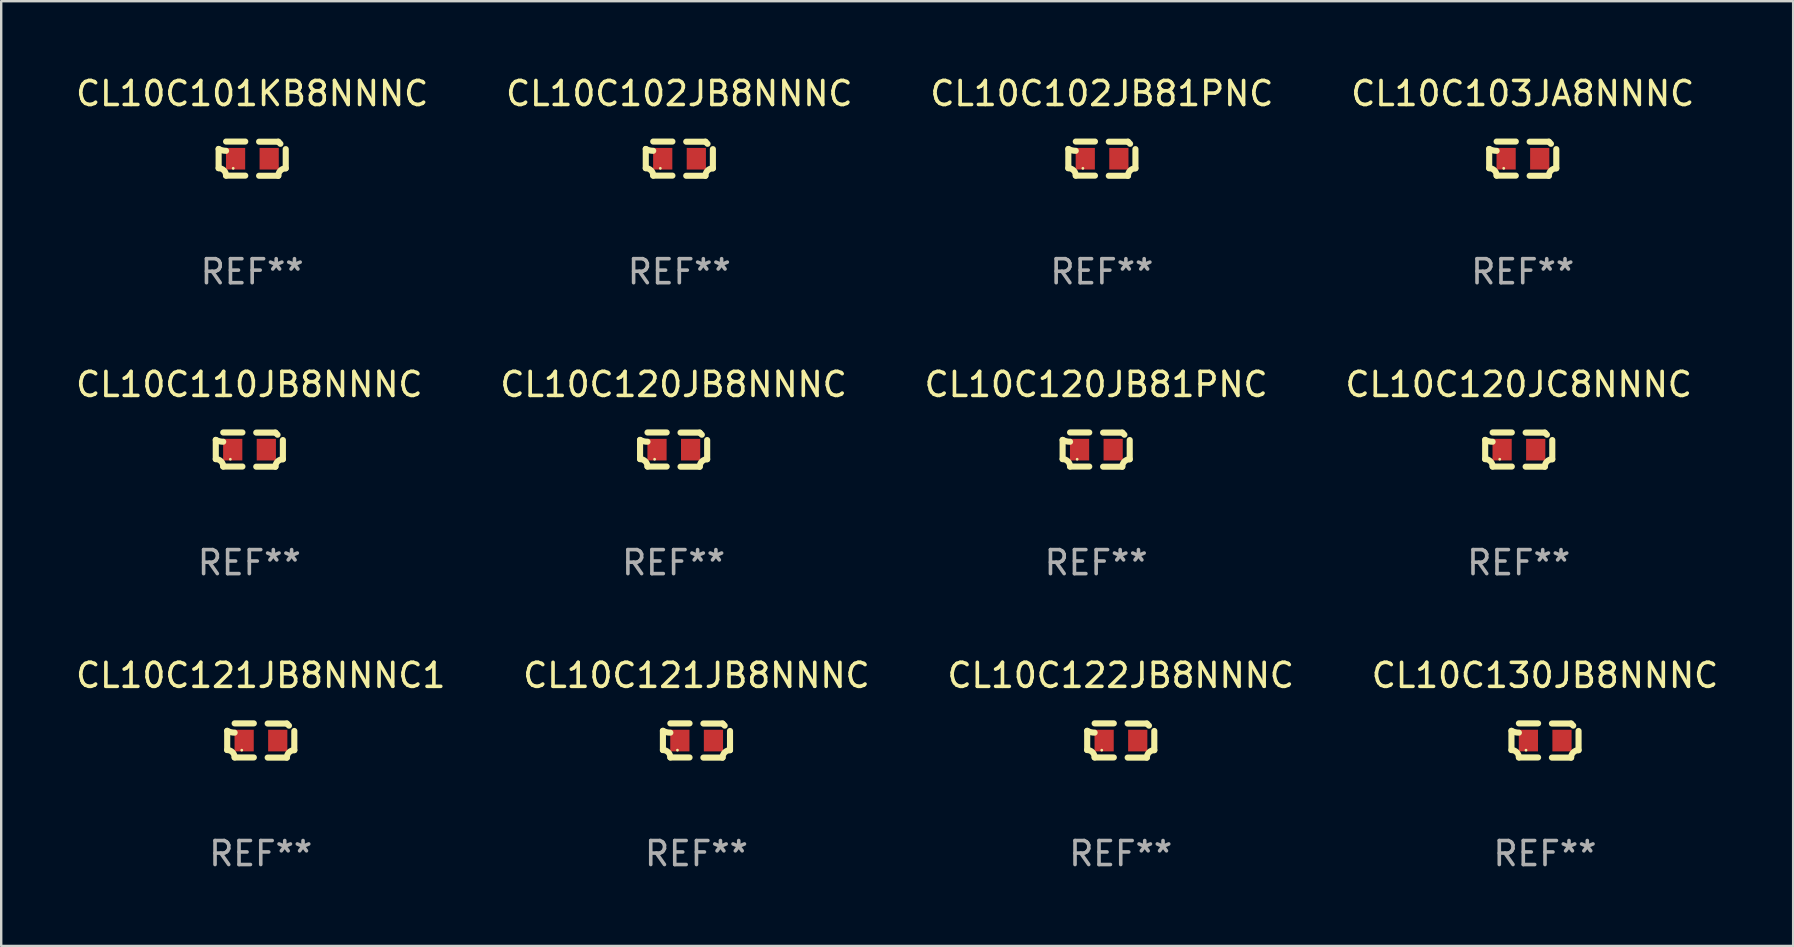
<source format=kicad_pcb>
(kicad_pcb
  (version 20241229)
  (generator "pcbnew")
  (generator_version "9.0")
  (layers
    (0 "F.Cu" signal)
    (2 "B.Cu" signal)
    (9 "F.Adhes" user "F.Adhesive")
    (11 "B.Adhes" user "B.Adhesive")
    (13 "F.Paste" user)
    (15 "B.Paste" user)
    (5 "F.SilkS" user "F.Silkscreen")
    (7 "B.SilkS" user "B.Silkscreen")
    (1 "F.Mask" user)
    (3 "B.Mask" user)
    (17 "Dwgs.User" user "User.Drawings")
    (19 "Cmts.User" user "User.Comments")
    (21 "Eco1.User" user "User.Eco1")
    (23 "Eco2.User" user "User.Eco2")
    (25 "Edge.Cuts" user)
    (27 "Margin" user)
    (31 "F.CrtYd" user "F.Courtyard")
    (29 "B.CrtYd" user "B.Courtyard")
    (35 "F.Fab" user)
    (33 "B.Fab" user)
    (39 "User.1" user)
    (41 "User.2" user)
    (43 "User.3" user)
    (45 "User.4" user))
  (footprint "CL10C120JC8NNNC"
    (layer "F.Cu")
    (at 60.232 15.683)
    (property "Reference" "CL10C120JC8NNNC" (at 0 -2.713 0) (layer "F.SilkS") (effects (font (size 1 1) (thickness 0.15))))
    (attr through_hole)
    (fp_line (start -1.398 -0.403) (end -1.398 0.397) (stroke (width 0.254) (type solid)) (layer "F.SilkS"))
    (fp_line (start -0.288 -0.713) (end -1.088 -0.713) (stroke (width 0.254) (type solid)) (layer "F.SilkS"))
    (fp_line (start -0.288 0.707) (end -1.088 0.707) (stroke (width 0.254) (type solid)) (layer "F.SilkS"))
    (fp_line (start 0.288 -0.707) (end 1.088 -0.707) (stroke (width 0.254) (type solid)) (layer "F.SilkS"))
    (fp_line (start 0.288 0.713) (end 1.088 0.713) (stroke (width 0.254) (type solid)) (layer "F.SilkS"))
    (fp_line (start 1.398 -0.397) (end 1.398 0.403) (stroke (width 0.254) (type solid)) (layer "F.SilkS"))
    (fp_arc (start -1.397789 0.397066) (mid -1.178701 0.487826) (end -1.08796 0.706922) (stroke (width 0.254001) (type solid)) (layer "F.SilkS"))
    (fp_arc (start -1.08796 -0.327176) (mid -1.247436 -0.346384) (end -1.39779 -0.402908) (stroke (width 0.254001) (type solid)) (layer "F.SilkS"))
    (fp_arc (start 1.087909 0.712738) (mid 1.178656 0.493655) (end 1.397739 0.402908) (stroke (width 0.254001) (type solid)) (layer "F.SilkS"))
    (fp_arc (start 1.175925 -0.618926) (mid 1.131917 -0.662923) (end 1.08791 -0.706922) (stroke (width 0.254001) (type solid)) (layer "F.SilkS"))
    (fp_circle (center -0.792 0.403) (end -0.762 0.403) (stroke (width 0.06) (type solid)) (fill no) (layer "F.SilkS"))
    (fp_text user "REF**" (at 0 4.713 0) (layer "F.Fab") (effects (font (size 1 1) (thickness 0.15))))
    (pad "1" smd rect (at -0.692 0.003) (size 0.8 0.9) (layers "F.Cu" "F.Mask" "F.Paste"))
    (pad "2" smd rect (at 0.708 0.003) (size 0.8 0.9) (layers "F.Cu" "F.Mask" "F.Paste")))
  (footprint "CL10C103JA8NNNC"
    (layer "F.Cu")
    (at 60.399 3.561)
    (property "Reference" "CL10C103JA8NNNC" (at 0 -2.713 0) (layer "F.SilkS") (effects (font (size 1 1) (thickness 0.15))))
    (attr through_hole)
    (fp_line (start -1.398 -0.403) (end -1.398 0.397) (stroke (width 0.254) (type solid)) (layer "F.SilkS"))
    (fp_line (start -0.288 -0.713) (end -1.088 -0.713) (stroke (width 0.254) (type solid)) (layer "F.SilkS"))
    (fp_line (start -0.288 0.707) (end -1.088 0.707) (stroke (width 0.254) (type solid)) (layer "F.SilkS"))
    (fp_line (start 0.288 -0.707) (end 1.088 -0.707) (stroke (width 0.254) (type solid)) (layer "F.SilkS"))
    (fp_line (start 0.288 0.713) (end 1.088 0.713) (stroke (width 0.254) (type solid)) (layer "F.SilkS"))
    (fp_line (start 1.398 -0.397) (end 1.398 0.403) (stroke (width 0.254) (type solid)) (layer "F.SilkS"))
    (fp_arc (start -1.397789 0.397066) (mid -1.178701 0.487826) (end -1.08796 0.706922) (stroke (width 0.254001) (type solid)) (layer "F.SilkS"))
    (fp_arc (start -1.08796 -0.327176) (mid -1.247436 -0.346384) (end -1.39779 -0.402908) (stroke (width 0.254001) (type solid)) (layer "F.SilkS"))
    (fp_arc (start 1.087909 0.712738) (mid 1.178656 0.493655) (end 1.397739 0.402908) (stroke (width 0.254001) (type solid)) (layer "F.SilkS"))
    (fp_arc (start 1.175925 -0.618926) (mid 1.131917 -0.662923) (end 1.08791 -0.706922) (stroke (width 0.254001) (type solid)) (layer "F.SilkS"))
    (fp_circle (center -0.792 0.403) (end -0.762 0.403) (stroke (width 0.06) (type solid)) (fill no) (layer "F.SilkS"))
    (fp_text user "REF**" (at 0 4.713 0) (layer "F.Fab") (effects (font (size 1 1) (thickness 0.15))))
    (pad "1" smd rect (at -0.692 0.003) (size 0.8 0.9) (layers "F.Cu" "F.Mask" "F.Paste"))
    (pad "2" smd rect (at 0.708 0.003) (size 0.8 0.9) (layers "F.Cu" "F.Mask" "F.Paste")))
  (footprint "CL10C101KB8NNNC"
    (layer "F.Cu")
    (at 7.458 3.561)
    (property "Reference" "CL10C101KB8NNNC" (at 0 -2.713 0) (layer "F.SilkS") (effects (font (size 1 1) (thickness 0.15))))
    (attr through_hole)
    (fp_line (start -1.398 -0.403) (end -1.398 0.397) (stroke (width 0.254) (type solid)) (layer "F.SilkS"))
    (fp_line (start -0.288 -0.713) (end -1.088 -0.713) (stroke (width 0.254) (type solid)) (layer "F.SilkS"))
    (fp_line (start -0.288 0.707) (end -1.088 0.707) (stroke (width 0.254) (type solid)) (layer "F.SilkS"))
    (fp_line (start 0.288 -0.707) (end 1.088 -0.707) (stroke (width 0.254) (type solid)) (layer "F.SilkS"))
    (fp_line (start 0.288 0.713) (end 1.088 0.713) (stroke (width 0.254) (type solid)) (layer "F.SilkS"))
    (fp_line (start 1.398 -0.397) (end 1.398 0.403) (stroke (width 0.254) (type solid)) (layer "F.SilkS"))
    (fp_arc (start -1.397789 0.397066) (mid -1.178701 0.487826) (end -1.08796 0.706922) (stroke (width 0.254001) (type solid)) (layer "F.SilkS"))
    (fp_arc (start -1.08796 -0.327176) (mid -1.247436 -0.346384) (end -1.39779 -0.402908) (stroke (width 0.254001) (type solid)) (layer "F.SilkS"))
    (fp_arc (start 1.087909 0.712738) (mid 1.178656 0.493655) (end 1.397739 0.402908) (stroke (width 0.254001) (type solid)) (layer "F.SilkS"))
    (fp_arc (start 1.175925 -0.618926) (mid 1.131917 -0.662923) (end 1.08791 -0.706922) (stroke (width 0.254001) (type solid)) (layer "F.SilkS"))
    (fp_circle (center -0.792 0.403) (end -0.762 0.403) (stroke (width 0.06) (type solid)) (fill no) (layer "F.SilkS"))
    (fp_text user "REF**" (at 0 4.713 0) (layer "F.Fab") (effects (font (size 1 1) (thickness 0.15))))
    (pad "1" smd rect (at -0.692 0.003) (size 0.8 0.9) (layers "F.Cu" "F.Mask" "F.Paste"))
    (pad "2" smd rect (at 0.708 0.003) (size 0.8 0.9) (layers "F.Cu" "F.Mask" "F.Paste")))
  (footprint "CL10C121JB8NNNC"
    (layer "F.Cu")
    (at 25.97 27.805)
    (property "Reference" "CL10C121JB8NNNC" (at 0 -2.713 0) (layer "F.SilkS") (effects (font (size 1 1) (thickness 0.15))))
    (attr through_hole)
    (fp_line (start -1.398 -0.403) (end -1.398 0.397) (stroke (width 0.254) (type solid)) (layer "F.SilkS"))
    (fp_line (start -0.288 -0.713) (end -1.088 -0.713) (stroke (width 0.254) (type solid)) (layer "F.SilkS"))
    (fp_line (start -0.288 0.707) (end -1.088 0.707) (stroke (width 0.254) (type solid)) (layer "F.SilkS"))
    (fp_line (start 0.288 -0.707) (end 1.088 -0.707) (stroke (width 0.254) (type solid)) (layer "F.SilkS"))
    (fp_line (start 0.288 0.713) (end 1.088 0.713) (stroke (width 0.254) (type solid)) (layer "F.SilkS"))
    (fp_line (start 1.398 -0.397) (end 1.398 0.403) (stroke (width 0.254) (type solid)) (layer "F.SilkS"))
    (fp_arc (start -1.397789 0.397066) (mid -1.178701 0.487826) (end -1.08796 0.706922) (stroke (width 0.254001) (type solid)) (layer "F.SilkS"))
    (fp_arc (start -1.08796 -0.327176) (mid -1.247436 -0.346384) (end -1.39779 -0.402908) (stroke (width 0.254001) (type solid)) (layer "F.SilkS"))
    (fp_arc (start 1.087909 0.712738) (mid 1.178656 0.493655) (end 1.397739 0.402908) (stroke (width 0.254001) (type solid)) (layer "F.SilkS"))
    (fp_arc (start 1.175925 -0.618926) (mid 1.131917 -0.662923) (end 1.08791 -0.706922) (stroke (width 0.254001) (type solid)) (layer "F.SilkS"))
    (fp_circle (center -0.792 0.403) (end -0.762 0.403) (stroke (width 0.06) (type solid)) (fill no) (layer "F.SilkS"))
    (fp_text user "REF**" (at 0 4.713 0) (layer "F.Fab") (effects (font (size 1 1) (thickness 0.15))))
    (pad "1" smd rect (at -0.692 0.003) (size 0.8 0.9) (layers "F.Cu" "F.Mask" "F.Paste"))
    (pad "2" smd rect (at 0.708 0.003) (size 0.8 0.9) (layers "F.Cu" "F.Mask" "F.Paste")))
  (footprint "CL10C102JB8NNNC"
    (layer "F.Cu")
    (at 25.256 3.561)
    (property "Reference" "CL10C102JB8NNNC" (at 0 -2.713 0) (layer "F.SilkS") (effects (font (size 1 1) (thickness 0.15))))
    (attr through_hole)
    (fp_line (start -1.398 -0.403) (end -1.398 0.397) (stroke (width 0.254) (type solid)) (layer "F.SilkS"))
    (fp_line (start -0.288 -0.713) (end -1.088 -0.713) (stroke (width 0.254) (type solid)) (layer "F.SilkS"))
    (fp_line (start -0.288 0.707) (end -1.088 0.707) (stroke (width 0.254) (type solid)) (layer "F.SilkS"))
    (fp_line (start 0.288 -0.707) (end 1.088 -0.707) (stroke (width 0.254) (type solid)) (layer "F.SilkS"))
    (fp_line (start 0.288 0.713) (end 1.088 0.713) (stroke (width 0.254) (type solid)) (layer "F.SilkS"))
    (fp_line (start 1.398 -0.397) (end 1.398 0.403) (stroke (width 0.254) (type solid)) (layer "F.SilkS"))
    (fp_arc (start -1.397789 0.397066) (mid -1.178701 0.487826) (end -1.08796 0.706922) (stroke (width 0.254001) (type solid)) (layer "F.SilkS"))
    (fp_arc (start -1.08796 -0.327176) (mid -1.247436 -0.346384) (end -1.39779 -0.402908) (stroke (width 0.254001) (type solid)) (layer "F.SilkS"))
    (fp_arc (start 1.087909 0.712738) (mid 1.178656 0.493655) (end 1.397739 0.402908) (stroke (width 0.254001) (type solid)) (layer "F.SilkS"))
    (fp_arc (start 1.175925 -0.618926) (mid 1.131917 -0.662923) (end 1.08791 -0.706922) (stroke (width 0.254001) (type solid)) (layer "F.SilkS"))
    (fp_circle (center -0.792 0.403) (end -0.762 0.403) (stroke (width 0.06) (type solid)) (fill no) (layer "F.SilkS"))
    (fp_text user "REF**" (at 0 4.713 0) (layer "F.Fab") (effects (font (size 1 1) (thickness 0.15))))
    (pad "1" smd rect (at -0.692 0.003) (size 0.8 0.9) (layers "F.Cu" "F.Mask" "F.Paste"))
    (pad "2" smd rect (at 0.708 0.003) (size 0.8 0.9) (layers "F.Cu" "F.Mask" "F.Paste")))
  (footprint "CL10C110JB8NNNC"
    (layer "F.Cu")
    (at 7.339 15.683)
    (property "Reference" "CL10C110JB8NNNC" (at 0 -2.713 0) (layer "F.SilkS") (effects (font (size 1 1) (thickness 0.15))))
    (attr through_hole)
    (fp_line (start -1.398 -0.403) (end -1.398 0.397) (stroke (width 0.254) (type solid)) (layer "F.SilkS"))
    (fp_line (start -0.288 -0.713) (end -1.088 -0.713) (stroke (width 0.254) (type solid)) (layer "F.SilkS"))
    (fp_line (start -0.288 0.707) (end -1.088 0.707) (stroke (width 0.254) (type solid)) (layer "F.SilkS"))
    (fp_line (start 0.288 -0.707) (end 1.088 -0.707) (stroke (width 0.254) (type solid)) (layer "F.SilkS"))
    (fp_line (start 0.288 0.713) (end 1.088 0.713) (stroke (width 0.254) (type solid)) (layer "F.SilkS"))
    (fp_line (start 1.398 -0.397) (end 1.398 0.403) (stroke (width 0.254) (type solid)) (layer "F.SilkS"))
    (fp_arc (start -1.397789 0.397066) (mid -1.178701 0.487826) (end -1.08796 0.706922) (stroke (width 0.254001) (type solid)) (layer "F.SilkS"))
    (fp_arc (start -1.08796 -0.327176) (mid -1.247436 -0.346384) (end -1.39779 -0.402908) (stroke (width 0.254001) (type solid)) (layer "F.SilkS"))
    (fp_arc (start 1.087909 0.712738) (mid 1.178656 0.493655) (end 1.397739 0.402908) (stroke (width 0.254001) (type solid)) (layer "F.SilkS"))
    (fp_arc (start 1.175925 -0.618926) (mid 1.131917 -0.662923) (end 1.08791 -0.706922) (stroke (width 0.254001) (type solid)) (layer "F.SilkS"))
    (fp_circle (center -0.792 0.403) (end -0.762 0.403) (stroke (width 0.06) (type solid)) (fill no) (layer "F.SilkS"))
    (fp_text user "REF**" (at 0 4.713 0) (layer "F.Fab") (effects (font (size 1 1) (thickness 0.15))))
    (pad "1" smd rect (at -0.692 0.003) (size 0.8 0.9) (layers "F.Cu" "F.Mask" "F.Paste"))
    (pad "2" smd rect (at 0.708 0.003) (size 0.8 0.9) (layers "F.Cu" "F.Mask" "F.Paste")))
  (footprint "CL10C120JB81PNC"
    (layer "F.Cu")
    (at 42.625 15.683)
    (property "Reference" "CL10C120JB81PNC" (at 0 -2.713 0) (layer "F.SilkS") (effects (font (size 1 1) (thickness 0.15))))
    (attr through_hole)
    (fp_line (start -1.398 -0.403) (end -1.398 0.397) (stroke (width 0.254) (type solid)) (layer "F.SilkS"))
    (fp_line (start -0.288 -0.713) (end -1.088 -0.713) (stroke (width 0.254) (type solid)) (layer "F.SilkS"))
    (fp_line (start -0.288 0.707) (end -1.088 0.707) (stroke (width 0.254) (type solid)) (layer "F.SilkS"))
    (fp_line (start 0.288 -0.707) (end 1.088 -0.707) (stroke (width 0.254) (type solid)) (layer "F.SilkS"))
    (fp_line (start 0.288 0.713) (end 1.088 0.713) (stroke (width 0.254) (type solid)) (layer "F.SilkS"))
    (fp_line (start 1.398 -0.397) (end 1.398 0.403) (stroke (width 0.254) (type solid)) (layer "F.SilkS"))
    (fp_arc (start -1.397789 0.397066) (mid -1.178701 0.487826) (end -1.08796 0.706922) (stroke (width 0.254001) (type solid)) (layer "F.SilkS"))
    (fp_arc (start -1.08796 -0.327176) (mid -1.247436 -0.346384) (end -1.39779 -0.402908) (stroke (width 0.254001) (type solid)) (layer "F.SilkS"))
    (fp_arc (start 1.087909 0.712738) (mid 1.178656 0.493655) (end 1.397739 0.402908) (stroke (width 0.254001) (type solid)) (layer "F.SilkS"))
    (fp_arc (start 1.175925 -0.618926) (mid 1.131917 -0.662923) (end 1.08791 -0.706922) (stroke (width 0.254001) (type solid)) (layer "F.SilkS"))
    (fp_circle (center -0.792 0.403) (end -0.762 0.403) (stroke (width 0.06) (type solid)) (fill no) (layer "F.SilkS"))
    (fp_text user "REF**" (at 0 4.713 0) (layer "F.Fab") (effects (font (size 1 1) (thickness 0.15))))
    (pad "1" smd rect (at -0.692 0.003) (size 0.8 0.9) (layers "F.Cu" "F.Mask" "F.Paste"))
    (pad "2" smd rect (at 0.708 0.003) (size 0.8 0.9) (layers "F.Cu" "F.Mask" "F.Paste")))
  (footprint "CL10C122JB8NNNC"
    (layer "F.Cu")
    (at 43.649 27.805)
    (property "Reference" "CL10C122JB8NNNC" (at 0 -2.713 0) (layer "F.SilkS") (effects (font (size 1 1) (thickness 0.15))))
    (attr through_hole)
    (fp_line (start -1.398 -0.403) (end -1.398 0.397) (stroke (width 0.254) (type solid)) (layer "F.SilkS"))
    (fp_line (start -0.288 -0.713) (end -1.088 -0.713) (stroke (width 0.254) (type solid)) (layer "F.SilkS"))
    (fp_line (start -0.288 0.707) (end -1.088 0.707) (stroke (width 0.254) (type solid)) (layer "F.SilkS"))
    (fp_line (start 0.288 -0.707) (end 1.088 -0.707) (stroke (width 0.254) (type solid)) (layer "F.SilkS"))
    (fp_line (start 0.288 0.713) (end 1.088 0.713) (stroke (width 0.254) (type solid)) (layer "F.SilkS"))
    (fp_line (start 1.398 -0.397) (end 1.398 0.403) (stroke (width 0.254) (type solid)) (layer "F.SilkS"))
    (fp_arc (start -1.397789 0.397066) (mid -1.178701 0.487826) (end -1.08796 0.706922) (stroke (width 0.254001) (type solid)) (layer "F.SilkS"))
    (fp_arc (start -1.08796 -0.327176) (mid -1.247436 -0.346384) (end -1.39779 -0.402908) (stroke (width 0.254001) (type solid)) (layer "F.SilkS"))
    (fp_arc (start 1.087909 0.712738) (mid 1.178656 0.493655) (end 1.397739 0.402908) (stroke (width 0.254001) (type solid)) (layer "F.SilkS"))
    (fp_arc (start 1.175925 -0.618926) (mid 1.131917 -0.662923) (end 1.08791 -0.706922) (stroke (width 0.254001) (type solid)) (layer "F.SilkS"))
    (fp_circle (center -0.792 0.403) (end -0.762 0.403) (stroke (width 0.06) (type solid)) (fill no) (layer "F.SilkS"))
    (fp_text user "REF**" (at 0 4.713 0) (layer "F.Fab") (effects (font (size 1 1) (thickness 0.15))))
    (pad "1" smd rect (at -0.692 0.003) (size 0.8 0.9) (layers "F.Cu" "F.Mask" "F.Paste"))
    (pad "2" smd rect (at 0.708 0.003) (size 0.8 0.9) (layers "F.Cu" "F.Mask" "F.Paste")))
  (footprint "CL10C130JB8NNNC"
    (layer "F.Cu")
    (at 61.327 27.805)
    (property "Reference" "CL10C130JB8NNNC" (at 0 -2.713 0) (layer "F.SilkS") (effects (font (size 1 1) (thickness 0.15))))
    (attr through_hole)
    (fp_line (start -1.398 -0.403) (end -1.398 0.397) (stroke (width 0.254) (type solid)) (layer "F.SilkS"))
    (fp_line (start -0.288 -0.713) (end -1.088 -0.713) (stroke (width 0.254) (type solid)) (layer "F.SilkS"))
    (fp_line (start -0.288 0.707) (end -1.088 0.707) (stroke (width 0.254) (type solid)) (layer "F.SilkS"))
    (fp_line (start 0.288 -0.707) (end 1.088 -0.707) (stroke (width 0.254) (type solid)) (layer "F.SilkS"))
    (fp_line (start 0.288 0.713) (end 1.088 0.713) (stroke (width 0.254) (type solid)) (layer "F.SilkS"))
    (fp_line (start 1.398 -0.397) (end 1.398 0.403) (stroke (width 0.254) (type solid)) (layer "F.SilkS"))
    (fp_arc (start -1.397789 0.397066) (mid -1.178701 0.487826) (end -1.08796 0.706922) (stroke (width 0.254001) (type solid)) (layer "F.SilkS"))
    (fp_arc (start -1.08796 -0.327176) (mid -1.247436 -0.346384) (end -1.39779 -0.402908) (stroke (width 0.254001) (type solid)) (layer "F.SilkS"))
    (fp_arc (start 1.087909 0.712738) (mid 1.178656 0.493655) (end 1.397739 0.402908) (stroke (width 0.254001) (type solid)) (layer "F.SilkS"))
    (fp_arc (start 1.175925 -0.618926) (mid 1.131917 -0.662923) (end 1.08791 -0.706922) (stroke (width 0.254001) (type solid)) (layer "F.SilkS"))
    (fp_circle (center -0.792 0.403) (end -0.762 0.403) (stroke (width 0.06) (type solid)) (fill no) (layer "F.SilkS"))
    (fp_text user "REF**" (at 0 4.713 0) (layer "F.Fab") (effects (font (size 1 1) (thickness 0.15))))
    (pad "1" smd rect (at -0.692 0.003) (size 0.8 0.9) (layers "F.Cu" "F.Mask" "F.Paste"))
    (pad "2" smd rect (at 0.708 0.003) (size 0.8 0.9) (layers "F.Cu" "F.Mask" "F.Paste")))
  (footprint "CL10C121JB8NNNC1"
    (layer "F.Cu")
    (at 7.815 27.805)
    (property "Reference" "CL10C121JB8NNNC1" (at 0 -2.713 0) (layer "F.SilkS") (effects (font (size 1 1) (thickness 0.15))))
    (attr through_hole)
    (fp_line (start -1.398 -0.403) (end -1.398 0.397) (stroke (width 0.254) (type solid)) (layer "F.SilkS"))
    (fp_line (start -0.288 -0.713) (end -1.088 -0.713) (stroke (width 0.254) (type solid)) (layer "F.SilkS"))
    (fp_line (start -0.288 0.707) (end -1.088 0.707) (stroke (width 0.254) (type solid)) (layer "F.SilkS"))
    (fp_line (start 0.288 -0.707) (end 1.088 -0.707) (stroke (width 0.254) (type solid)) (layer "F.SilkS"))
    (fp_line (start 0.288 0.713) (end 1.088 0.713) (stroke (width 0.254) (type solid)) (layer "F.SilkS"))
    (fp_line (start 1.398 -0.397) (end 1.398 0.403) (stroke (width 0.254) (type solid)) (layer "F.SilkS"))
    (fp_arc (start -1.397789 0.397066) (mid -1.178701 0.487826) (end -1.08796 0.706922) (stroke (width 0.254001) (type solid)) (layer "F.SilkS"))
    (fp_arc (start -1.08796 -0.327176) (mid -1.247436 -0.346384) (end -1.39779 -0.402908) (stroke (width 0.254001) (type solid)) (layer "F.SilkS"))
    (fp_arc (start 1.087909 0.712738) (mid 1.178656 0.493655) (end 1.397739 0.402908) (stroke (width 0.254001) (type solid)) (layer "F.SilkS"))
    (fp_arc (start 1.175925 -0.618926) (mid 1.131917 -0.662923) (end 1.08791 -0.706922) (stroke (width 0.254001) (type solid)) (layer "F.SilkS"))
    (fp_circle (center -0.792 0.403) (end -0.762 0.403) (stroke (width 0.06) (type solid)) (fill no) (layer "F.SilkS"))
    (fp_text user "REF**" (at 0 4.713 0) (layer "F.Fab") (effects (font (size 1 1) (thickness 0.15))))
    (pad "1" smd rect (at -0.692 0.003) (size 0.8 0.9) (layers "F.Cu" "F.Mask" "F.Paste"))
    (pad "2" smd rect (at 0.708 0.003) (size 0.8 0.9) (layers "F.Cu" "F.Mask" "F.Paste")))
  (footprint "CL10C120JB8NNNC"
    (layer "F.Cu")
    (at 25.018 15.683)
    (property "Reference" "CL10C120JB8NNNC" (at 0 -2.713 0) (layer "F.SilkS") (effects (font (size 1 1) (thickness 0.15))))
    (attr through_hole)
    (fp_line (start -1.398 -0.403) (end -1.398 0.397) (stroke (width 0.254) (type solid)) (layer "F.SilkS"))
    (fp_line (start -0.288 -0.713) (end -1.088 -0.713) (stroke (width 0.254) (type solid)) (layer "F.SilkS"))
    (fp_line (start -0.288 0.707) (end -1.088 0.707) (stroke (width 0.254) (type solid)) (layer "F.SilkS"))
    (fp_line (start 0.288 -0.707) (end 1.088 -0.707) (stroke (width 0.254) (type solid)) (layer "F.SilkS"))
    (fp_line (start 0.288 0.713) (end 1.088 0.713) (stroke (width 0.254) (type solid)) (layer "F.SilkS"))
    (fp_line (start 1.398 -0.397) (end 1.398 0.403) (stroke (width 0.254) (type solid)) (layer "F.SilkS"))
    (fp_arc (start -1.397789 0.397066) (mid -1.178701 0.487826) (end -1.08796 0.706922) (stroke (width 0.254001) (type solid)) (layer "F.SilkS"))
    (fp_arc (start -1.08796 -0.327176) (mid -1.247436 -0.346384) (end -1.39779 -0.402908) (stroke (width 0.254001) (type solid)) (layer "F.SilkS"))
    (fp_arc (start 1.087909 0.712738) (mid 1.178656 0.493655) (end 1.397739 0.402908) (stroke (width 0.254001) (type solid)) (layer "F.SilkS"))
    (fp_arc (start 1.175925 -0.618926) (mid 1.131917 -0.662923) (end 1.08791 -0.706922) (stroke (width 0.254001) (type solid)) (layer "F.SilkS"))
    (fp_circle (center -0.792 0.403) (end -0.762 0.403) (stroke (width 0.06) (type solid)) (fill no) (layer "F.SilkS"))
    (fp_text user "REF**" (at 0 4.713 0) (layer "F.Fab") (effects (font (size 1 1) (thickness 0.15))))
    (pad "1" smd rect (at -0.692 0.003) (size 0.8 0.9) (layers "F.Cu" "F.Mask" "F.Paste"))
    (pad "2" smd rect (at 0.708 0.003) (size 0.8 0.9) (layers "F.Cu" "F.Mask" "F.Paste")))
  (footprint "CL10C102JB81PNC"
    (layer "F.Cu")
    (at 42.863 3.561)
    (property "Reference" "CL10C102JB81PNC" (at 0 -2.713 0) (layer "F.SilkS") (effects (font (size 1 1) (thickness 0.15))))
    (attr through_hole)
    (fp_line (start -1.398 -0.403) (end -1.398 0.397) (stroke (width 0.254) (type solid)) (layer "F.SilkS"))
    (fp_line (start -0.288 -0.713) (end -1.088 -0.713) (stroke (width 0.254) (type solid)) (layer "F.SilkS"))
    (fp_line (start -0.288 0.707) (end -1.088 0.707) (stroke (width 0.254) (type solid)) (layer "F.SilkS"))
    (fp_line (start 0.288 -0.707) (end 1.088 -0.707) (stroke (width 0.254) (type solid)) (layer "F.SilkS"))
    (fp_line (start 0.288 0.713) (end 1.088 0.713) (stroke (width 0.254) (type solid)) (layer "F.SilkS"))
    (fp_line (start 1.398 -0.397) (end 1.398 0.403) (stroke (width 0.254) (type solid)) (layer "F.SilkS"))
    (fp_arc (start -1.397789 0.397066) (mid -1.178701 0.487826) (end -1.08796 0.706922) (stroke (width 0.254001) (type solid)) (layer "F.SilkS"))
    (fp_arc (start -1.08796 -0.327176) (mid -1.247436 -0.346384) (end -1.39779 -0.402908) (stroke (width 0.254001) (type solid)) (layer "F.SilkS"))
    (fp_arc (start 1.087909 0.712738) (mid 1.178656 0.493655) (end 1.397739 0.402908) (stroke (width 0.254001) (type solid)) (layer "F.SilkS"))
    (fp_arc (start 1.175925 -0.618926) (mid 1.131917 -0.662923) (end 1.08791 -0.706922) (stroke (width 0.254001) (type solid)) (layer "F.SilkS"))
    (fp_circle (center -0.792 0.403) (end -0.762 0.403) (stroke (width 0.06) (type solid)) (fill no) (layer "F.SilkS"))
    (fp_text user "REF**" (at 0 4.713 0) (layer "F.Fab") (effects (font (size 1 1) (thickness 0.15))))
    (pad "1" smd rect (at -0.692 0.003) (size 0.8 0.9) (layers "F.Cu" "F.Mask" "F.Paste"))
    (pad "2" smd rect (at 0.708 0.003) (size 0.8 0.9) (layers "F.Cu" "F.Mask" "F.Paste")))
  (gr_rect
    (start -3 -3)
    (end 71.667 36.366)
    (stroke (width 0.1) (type default))
    (fill no)
    (layer "Edge.Cuts")))
</source>
